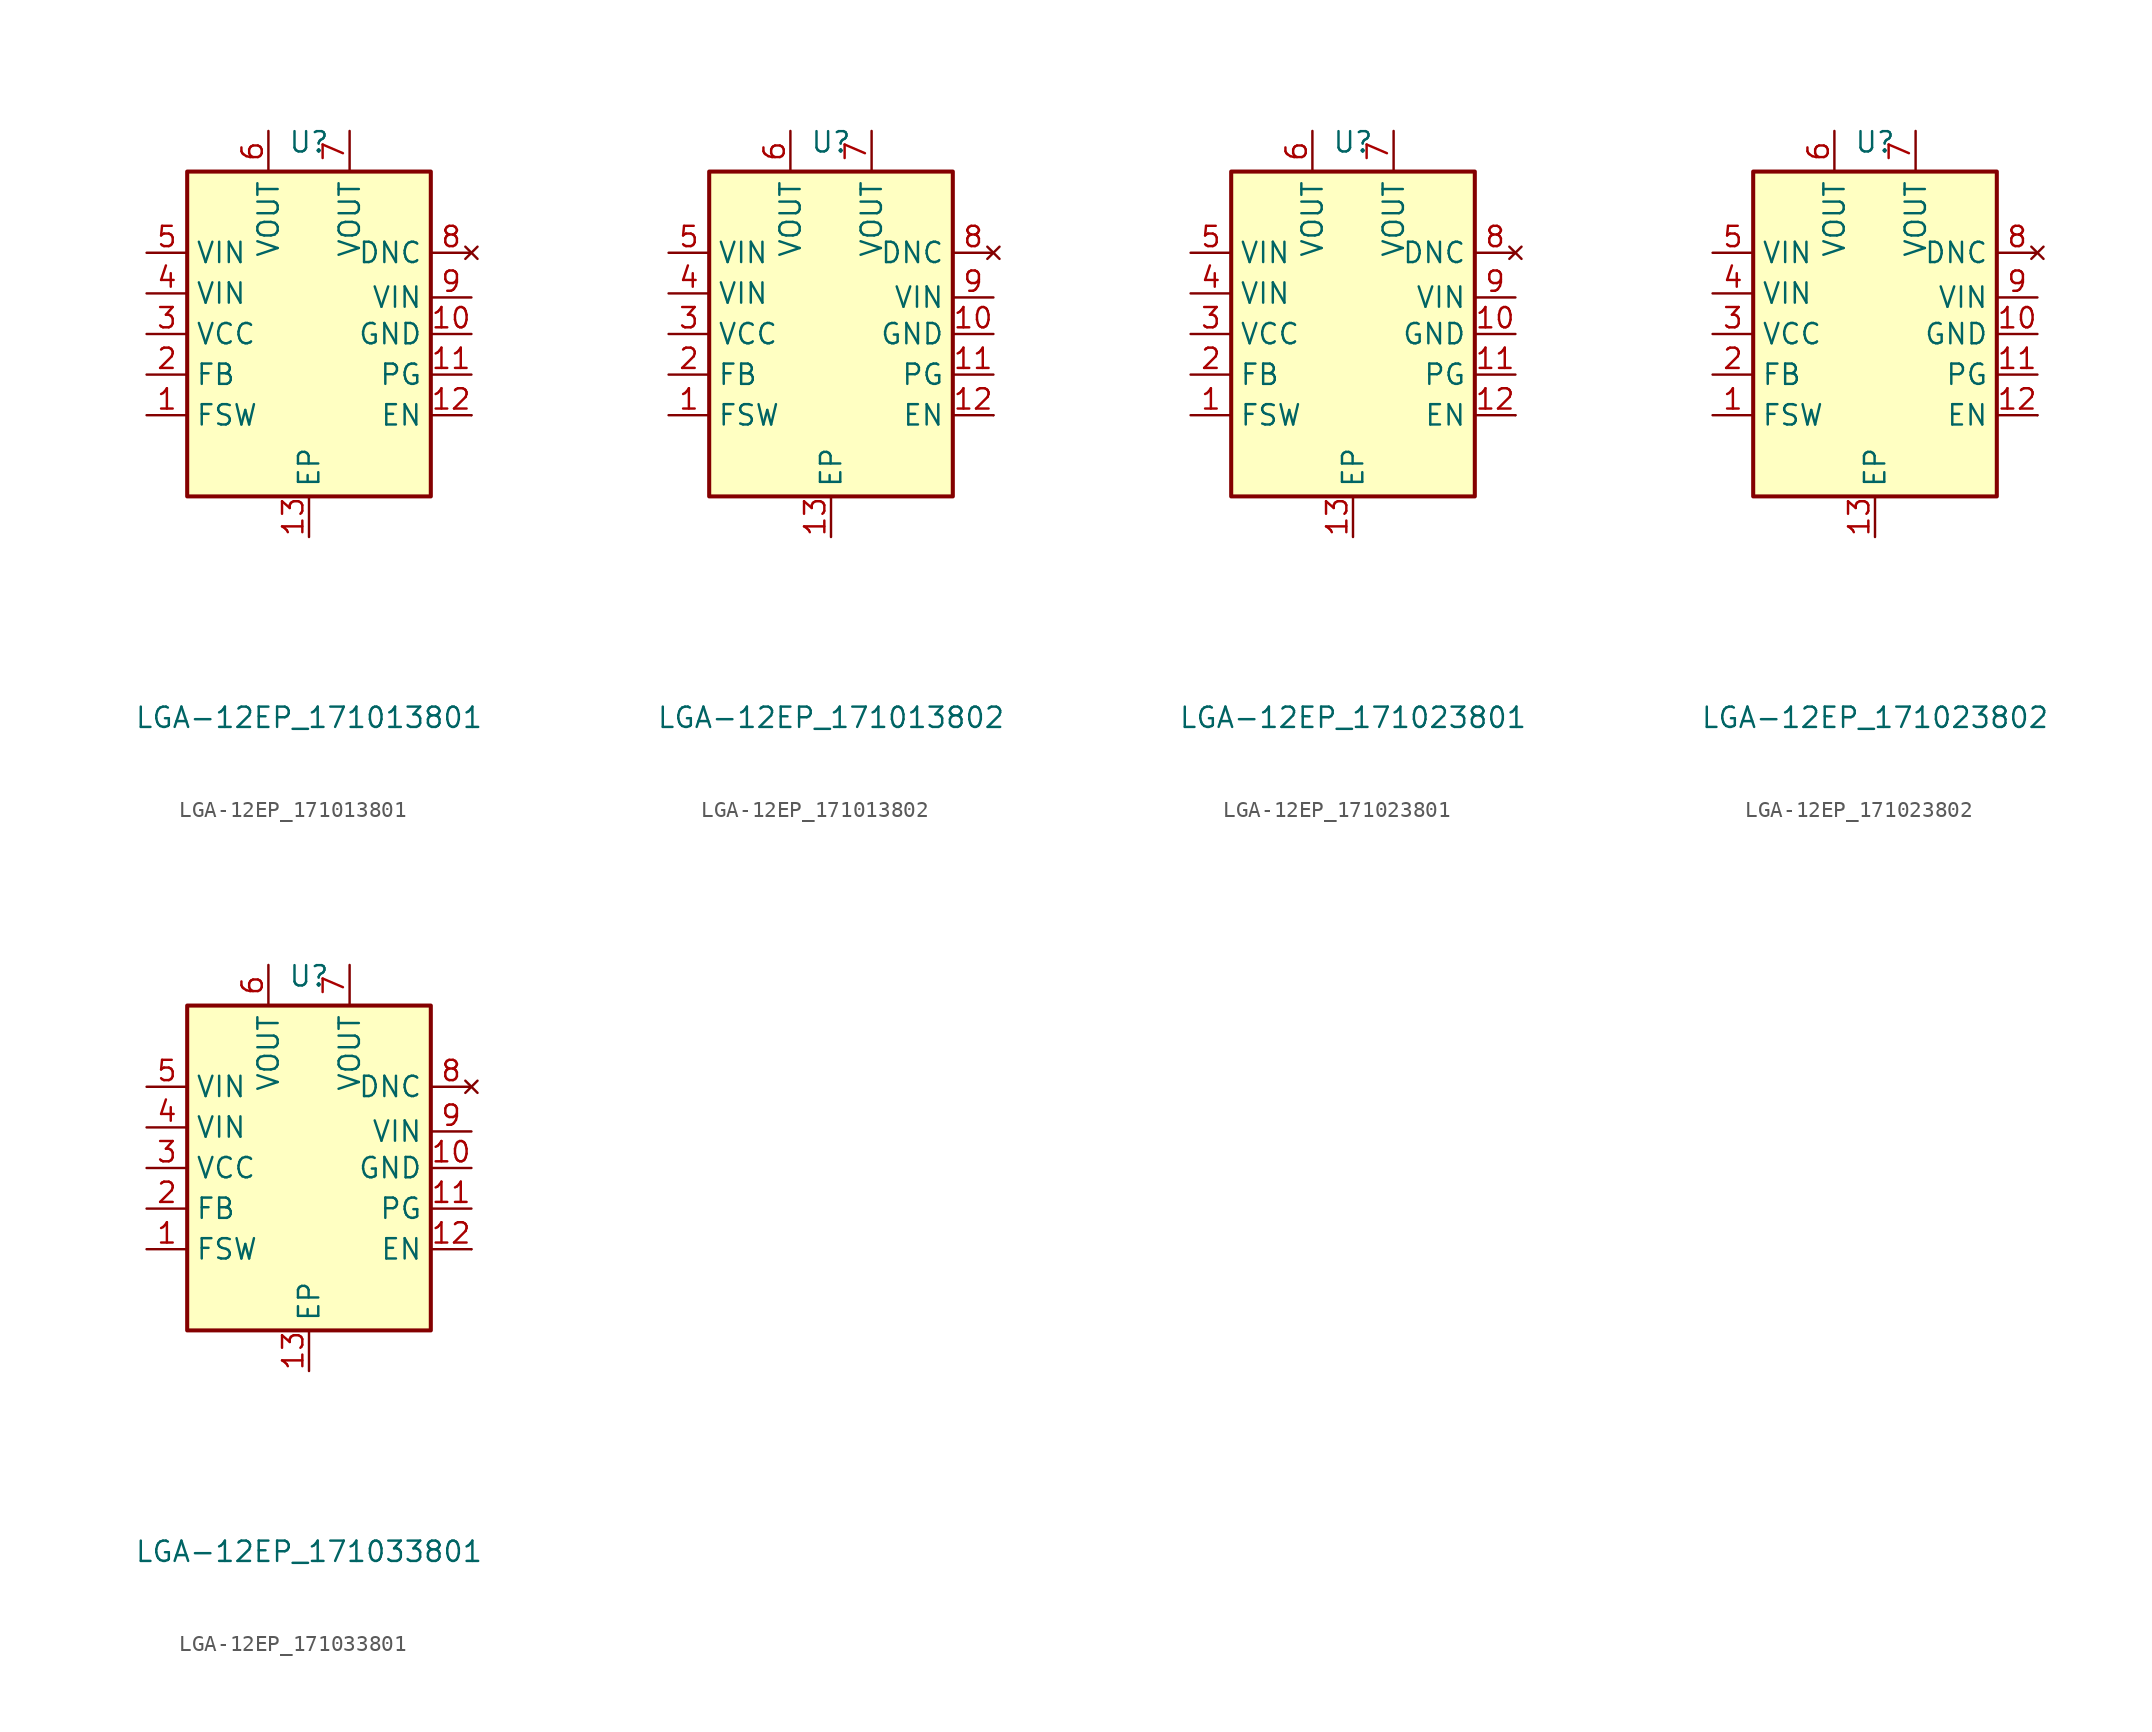
<source format=kicad_sym>
(kicad_symbol_lib
  (version 20220914)
  (generator kicad_symbol_editor)
  (symbol "LGA-12EP_171013801"
    (property "Reference" "U"
      (at 0 12 0)
      (effects (font (size 1.27 1.27))))
    (property "Value" "LGA-12EP_171013801"
      (at 0 -24 0)
      (effects (font (size 1.27 1.27))))
    (symbol "LGA-12EP_171013801_0_0"
      (rectangle (start 10.16 -5.08) (end 10.16 -5.08) (stroke (width 0) (type default)) (fill (type none)))
      (text "" (at -12.7 2.54 0) (effects (font (size 1.27 1.27))))
      (text "" (at -11.43 2.54 0) (effects (font (size 1.27 1.27)))))
    (symbol "LGA-12EP_171013801_1_1"
      (rectangle (start -7.62 10.16) (end 7.62 -10.16) (stroke (width 0.254) (type solid)) (fill (type background)))
      (pin input line (at -10.16 -5.08 0) (length 2.54) (name "FSW" (effects (font (size 1.27 1.27)))) (number "1" (effects (font (size 1.27 1.27)))))
      (pin power_in line (at 10.16 0 180) (length 2.54) (name "GND" (effects (font (size 1.27 1.27)))) (number "10" (effects (font (size 1.27 1.27)))))
      (pin power_out line (at 10.16 -2.54 180) (length 2.54) (name "PG" (effects (font (size 1.27 1.27)))) (number "11" (effects (font (size 1.27 1.27)))))
      (pin input line (at 10.16 -5.08 180) (length 2.54) (name "EN" (effects (font (size 1.27 1.27)))) (number "12" (effects (font (size 1.27 1.27)))))
      (pin power_in line (at 0 -12.7 90) (length 2.54) (name "EP" (effects (font (size 1.27 1.27)))) (number "13" (effects (font (size 1.27 1.27)))))
      (pin input line (at -10.16 -2.54 0) (length 2.54) (name "FB" (effects (font (size 1.27 1.27)))) (number "2" (effects (font (size 1.27 1.27)))))
      (pin power_in line (at -10.16 0 0) (length 2.54) (name "VCC" (effects (font (size 1.27 1.27)))) (number "3" (effects (font (size 1.27 1.27)))))
      (pin power_in line (at -10.16 2.54 0) (length 2.54) (name "VIN" (effects (font (size 1.27 1.27)))) (number "4" (effects (font (size 1.27 1.27)))))
      (pin power_in line (at -10.16 5.08 0) (length 2.54) (name "VIN" (effects (font (size 1.27 1.27)))) (number "5" (effects (font (size 1.27 1.27)))))
      (pin power_out line (at -2.54 12.7 270) (length 2.54) (name "VOUT" (effects (font (size 1.27 1.27)))) (number "6" (effects (font (size 1.27 1.27)))))
      (pin power_out line (at 2.54 12.7 270) (length 2.54) (name "VOUT" (effects (font (size 1.27 1.27)))) (number "7" (effects (font (size 1.27 1.27)))))
      (pin no_connect line (at 10.16 5.08 180) (length 2.54) (name "DNC" (effects (font (size 1.27 1.27)))) (number "8" (effects (font (size 1.27 1.27)))))
      (pin power_in line (at 10.16 2.286 180) (length 2.54) (name "VIN" (effects (font (size 1.27 1.27)))) (number "9" (effects (font (size 1.27 1.27)))))))
  (symbol "LGA-12EP_171013802"
    (property "Reference" "U"
      (at 0 12 0)
      (effects (font (size 1.27 1.27))))
    (property "Value" "LGA-12EP_171013802"
      (at 0 -24 0)
      (effects (font (size 1.27 1.27))))
    (symbol "LGA-12EP_171013802_0_0"
      (rectangle (start 10.16 -5.08) (end 10.16 -5.08) (stroke (width 0) (type default)) (fill (type none)))
      (text "" (at -12.7 2.54 0) (effects (font (size 1.27 1.27))))
      (text "" (at -11.43 2.54 0) (effects (font (size 1.27 1.27)))))
    (symbol "LGA-12EP_171013802_1_1"
      (rectangle (start -7.62 10.16) (end 7.62 -10.16) (stroke (width 0.254) (type solid)) (fill (type background)))
      (pin input line (at -10.16 -5.08 0) (length 2.54) (name "FSW" (effects (font (size 1.27 1.27)))) (number "1" (effects (font (size 1.27 1.27)))))
      (pin power_in line (at 10.16 0 180) (length 2.54) (name "GND" (effects (font (size 1.27 1.27)))) (number "10" (effects (font (size 1.27 1.27)))))
      (pin power_out line (at 10.16 -2.54 180) (length 2.54) (name "PG" (effects (font (size 1.27 1.27)))) (number "11" (effects (font (size 1.27 1.27)))))
      (pin input line (at 10.16 -5.08 180) (length 2.54) (name "EN" (effects (font (size 1.27 1.27)))) (number "12" (effects (font (size 1.27 1.27)))))
      (pin power_in line (at 0 -12.7 90) (length 2.54) (name "EP" (effects (font (size 1.27 1.27)))) (number "13" (effects (font (size 1.27 1.27)))))
      (pin input line (at -10.16 -2.54 0) (length 2.54) (name "FB" (effects (font (size 1.27 1.27)))) (number "2" (effects (font (size 1.27 1.27)))))
      (pin power_in line (at -10.16 0 0) (length 2.54) (name "VCC" (effects (font (size 1.27 1.27)))) (number "3" (effects (font (size 1.27 1.27)))))
      (pin power_in line (at -10.16 2.54 0) (length 2.54) (name "VIN" (effects (font (size 1.27 1.27)))) (number "4" (effects (font (size 1.27 1.27)))))
      (pin power_in line (at -10.16 5.08 0) (length 2.54) (name "VIN" (effects (font (size 1.27 1.27)))) (number "5" (effects (font (size 1.27 1.27)))))
      (pin power_out line (at -2.54 12.7 270) (length 2.54) (name "VOUT" (effects (font (size 1.27 1.27)))) (number "6" (effects (font (size 1.27 1.27)))))
      (pin power_out line (at 2.54 12.7 270) (length 2.54) (name "VOUT" (effects (font (size 1.27 1.27)))) (number "7" (effects (font (size 1.27 1.27)))))
      (pin no_connect line (at 10.16 5.08 180) (length 2.54) (name "DNC" (effects (font (size 1.27 1.27)))) (number "8" (effects (font (size 1.27 1.27)))))
      (pin power_in line (at 10.16 2.286 180) (length 2.54) (name "VIN" (effects (font (size 1.27 1.27)))) (number "9" (effects (font (size 1.27 1.27)))))))
  (symbol "LGA-12EP_171023801"
    (property "Reference" "U"
      (at 0 12 0)
      (effects (font (size 1.27 1.27))))
    (property "Value" "LGA-12EP_171023801"
      (at 0 -24 0)
      (effects (font (size 1.27 1.27))))
    (symbol "LGA-12EP_171023801_0_0"
      (rectangle (start 10.16 -5.08) (end 10.16 -5.08) (stroke (width 0) (type default)) (fill (type none)))
      (text "" (at -12.7 2.54 0) (effects (font (size 1.27 1.27))))
      (text "" (at -11.43 2.54 0) (effects (font (size 1.27 1.27)))))
    (symbol "LGA-12EP_171023801_1_1"
      (rectangle (start -7.62 10.16) (end 7.62 -10.16) (stroke (width 0.254) (type solid)) (fill (type background)))
      (pin input line (at -10.16 -5.08 0) (length 2.54) (name "FSW" (effects (font (size 1.27 1.27)))) (number "1" (effects (font (size 1.27 1.27)))))
      (pin power_in line (at 10.16 0 180) (length 2.54) (name "GND" (effects (font (size 1.27 1.27)))) (number "10" (effects (font (size 1.27 1.27)))))
      (pin power_out line (at 10.16 -2.54 180) (length 2.54) (name "PG" (effects (font (size 1.27 1.27)))) (number "11" (effects (font (size 1.27 1.27)))))
      (pin input line (at 10.16 -5.08 180) (length 2.54) (name "EN" (effects (font (size 1.27 1.27)))) (number "12" (effects (font (size 1.27 1.27)))))
      (pin power_in line (at 0 -12.7 90) (length 2.54) (name "EP" (effects (font (size 1.27 1.27)))) (number "13" (effects (font (size 1.27 1.27)))))
      (pin input line (at -10.16 -2.54 0) (length 2.54) (name "FB" (effects (font (size 1.27 1.27)))) (number "2" (effects (font (size 1.27 1.27)))))
      (pin power_in line (at -10.16 0 0) (length 2.54) (name "VCC" (effects (font (size 1.27 1.27)))) (number "3" (effects (font (size 1.27 1.27)))))
      (pin power_in line (at -10.16 2.54 0) (length 2.54) (name "VIN" (effects (font (size 1.27 1.27)))) (number "4" (effects (font (size 1.27 1.27)))))
      (pin power_in line (at -10.16 5.08 0) (length 2.54) (name "VIN" (effects (font (size 1.27 1.27)))) (number "5" (effects (font (size 1.27 1.27)))))
      (pin power_out line (at -2.54 12.7 270) (length 2.54) (name "VOUT" (effects (font (size 1.27 1.27)))) (number "6" (effects (font (size 1.27 1.27)))))
      (pin power_out line (at 2.54 12.7 270) (length 2.54) (name "VOUT" (effects (font (size 1.27 1.27)))) (number "7" (effects (font (size 1.27 1.27)))))
      (pin no_connect line (at 10.16 5.08 180) (length 2.54) (name "DNC" (effects (font (size 1.27 1.27)))) (number "8" (effects (font (size 1.27 1.27)))))
      (pin power_in line (at 10.16 2.286 180) (length 2.54) (name "VIN" (effects (font (size 1.27 1.27)))) (number "9" (effects (font (size 1.27 1.27)))))))
  (symbol "LGA-12EP_171023802"
    (property "Reference" "U"
      (at 0 12 0)
      (effects (font (size 1.27 1.27))))
    (property "Value" "LGA-12EP_171023802"
      (at 0 -24 0)
      (effects (font (size 1.27 1.27))))
    (symbol "LGA-12EP_171023802_0_0"
      (rectangle (start 10.16 -5.08) (end 10.16 -5.08) (stroke (width 0) (type default)) (fill (type none)))
      (text "" (at -12.7 2.54 0) (effects (font (size 1.27 1.27))))
      (text "" (at -11.43 2.54 0) (effects (font (size 1.27 1.27)))))
    (symbol "LGA-12EP_171023802_1_1"
      (rectangle (start -7.62 10.16) (end 7.62 -10.16) (stroke (width 0.254) (type solid)) (fill (type background)))
      (pin input line (at -10.16 -5.08 0) (length 2.54) (name "FSW" (effects (font (size 1.27 1.27)))) (number "1" (effects (font (size 1.27 1.27)))))
      (pin power_in line (at 10.16 0 180) (length 2.54) (name "GND" (effects (font (size 1.27 1.27)))) (number "10" (effects (font (size 1.27 1.27)))))
      (pin power_out line (at 10.16 -2.54 180) (length 2.54) (name "PG" (effects (font (size 1.27 1.27)))) (number "11" (effects (font (size 1.27 1.27)))))
      (pin input line (at 10.16 -5.08 180) (length 2.54) (name "EN" (effects (font (size 1.27 1.27)))) (number "12" (effects (font (size 1.27 1.27)))))
      (pin power_in line (at 0 -12.7 90) (length 2.54) (name "EP" (effects (font (size 1.27 1.27)))) (number "13" (effects (font (size 1.27 1.27)))))
      (pin input line (at -10.16 -2.54 0) (length 2.54) (name "FB" (effects (font (size 1.27 1.27)))) (number "2" (effects (font (size 1.27 1.27)))))
      (pin power_in line (at -10.16 0 0) (length 2.54) (name "VCC" (effects (font (size 1.27 1.27)))) (number "3" (effects (font (size 1.27 1.27)))))
      (pin power_in line (at -10.16 2.54 0) (length 2.54) (name "VIN" (effects (font (size 1.27 1.27)))) (number "4" (effects (font (size 1.27 1.27)))))
      (pin power_in line (at -10.16 5.08 0) (length 2.54) (name "VIN" (effects (font (size 1.27 1.27)))) (number "5" (effects (font (size 1.27 1.27)))))
      (pin power_out line (at -2.54 12.7 270) (length 2.54) (name "VOUT" (effects (font (size 1.27 1.27)))) (number "6" (effects (font (size 1.27 1.27)))))
      (pin power_out line (at 2.54 12.7 270) (length 2.54) (name "VOUT" (effects (font (size 1.27 1.27)))) (number "7" (effects (font (size 1.27 1.27)))))
      (pin no_connect line (at 10.16 5.08 180) (length 2.54) (name "DNC" (effects (font (size 1.27 1.27)))) (number "8" (effects (font (size 1.27 1.27)))))
      (pin power_in line (at 10.16 2.286 180) (length 2.54) (name "VIN" (effects (font (size 1.27 1.27)))) (number "9" (effects (font (size 1.27 1.27)))))))
  (symbol "LGA-12EP_171033801"
    (property "Reference" "U"
      (at 0 12 0)
      (effects (font (size 1.27 1.27))))
    (property "Value" "LGA-12EP_171033801"
      (at 0 -24 0)
      (effects (font (size 1.27 1.27))))
    (symbol "LGA-12EP_171033801_0_0"
      (rectangle (start 10.16 -5.08) (end 10.16 -5.08) (stroke (width 0) (type default)) (fill (type none)))
      (text "" (at -12.7 2.54 0) (effects (font (size 1.27 1.27))))
      (text "" (at -11.43 2.54 0) (effects (font (size 1.27 1.27)))))
    (symbol "LGA-12EP_171033801_1_1"
      (rectangle (start -7.62 10.16) (end 7.62 -10.16) (stroke (width 0.254) (type solid)) (fill (type background)))
      (pin input line (at -10.16 -5.08 0) (length 2.54) (name "FSW" (effects (font (size 1.27 1.27)))) (number "1" (effects (font (size 1.27 1.27)))))
      (pin power_in line (at 10.16 0 180) (length 2.54) (name "GND" (effects (font (size 1.27 1.27)))) (number "10" (effects (font (size 1.27 1.27)))))
      (pin power_out line (at 10.16 -2.54 180) (length 2.54) (name "PG" (effects (font (size 1.27 1.27)))) (number "11" (effects (font (size 1.27 1.27)))))
      (pin input line (at 10.16 -5.08 180) (length 2.54) (name "EN" (effects (font (size 1.27 1.27)))) (number "12" (effects (font (size 1.27 1.27)))))
      (pin power_in line (at 0 -12.7 90) (length 2.54) (name "EP" (effects (font (size 1.27 1.27)))) (number "13" (effects (font (size 1.27 1.27)))))
      (pin input line (at -10.16 -2.54 0) (length 2.54) (name "FB" (effects (font (size 1.27 1.27)))) (number "2" (effects (font (size 1.27 1.27)))))
      (pin power_in line (at -10.16 0 0) (length 2.54) (name "VCC" (effects (font (size 1.27 1.27)))) (number "3" (effects (font (size 1.27 1.27)))))
      (pin power_in line (at -10.16 2.54 0) (length 2.54) (name "VIN" (effects (font (size 1.27 1.27)))) (number "4" (effects (font (size 1.27 1.27)))))
      (pin power_in line (at -10.16 5.08 0) (length 2.54) (name "VIN" (effects (font (size 1.27 1.27)))) (number "5" (effects (font (size 1.27 1.27)))))
      (pin power_out line (at -2.54 12.7 270) (length 2.54) (name "VOUT" (effects (font (size 1.27 1.27)))) (number "6" (effects (font (size 1.27 1.27)))))
      (pin power_out line (at 2.54 12.7 270) (length 2.54) (name "VOUT" (effects (font (size 1.27 1.27)))) (number "7" (effects (font (size 1.27 1.27)))))
      (pin no_connect line (at 10.16 5.08 180) (length 2.54) (name "DNC" (effects (font (size 1.27 1.27)))) (number "8" (effects (font (size 1.27 1.27)))))
      (pin power_in line (at 10.16 2.286 180) (length 2.54) (name "VIN" (effects (font (size 1.27 1.27)))) (number "9" (effects (font (size 1.27 1.27))))))))
</source>
